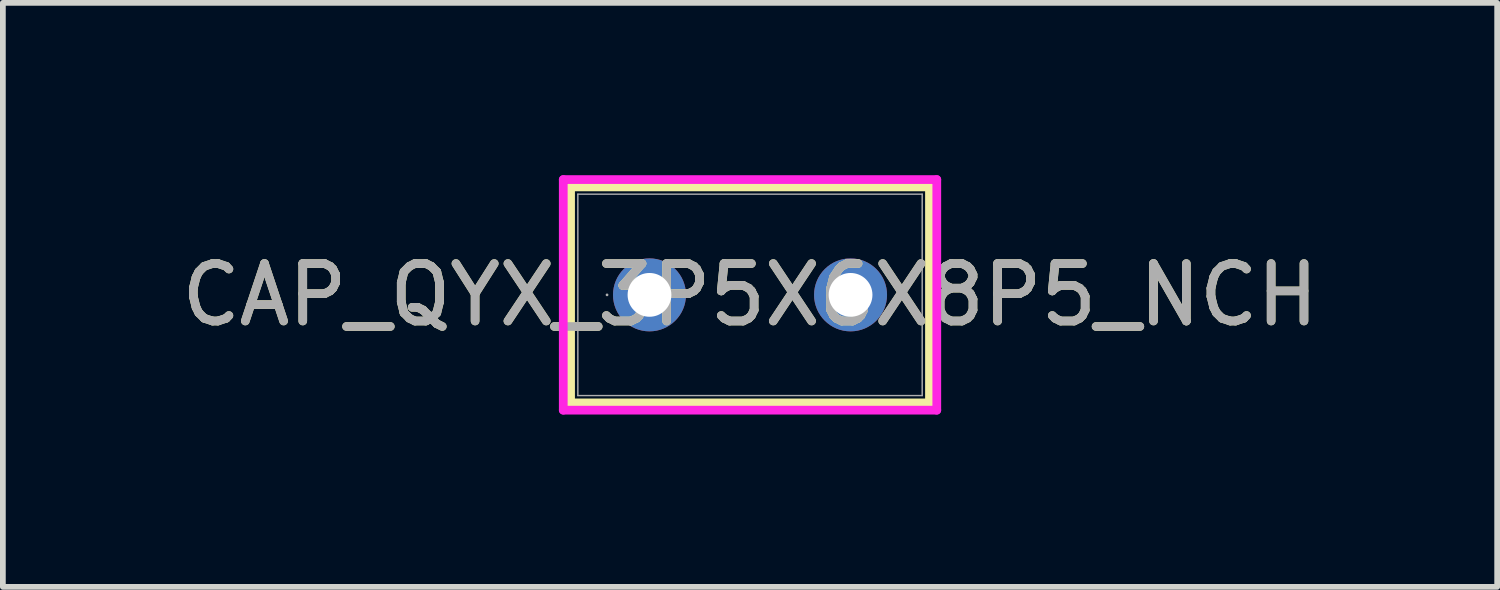
<source format=kicad_pcb>
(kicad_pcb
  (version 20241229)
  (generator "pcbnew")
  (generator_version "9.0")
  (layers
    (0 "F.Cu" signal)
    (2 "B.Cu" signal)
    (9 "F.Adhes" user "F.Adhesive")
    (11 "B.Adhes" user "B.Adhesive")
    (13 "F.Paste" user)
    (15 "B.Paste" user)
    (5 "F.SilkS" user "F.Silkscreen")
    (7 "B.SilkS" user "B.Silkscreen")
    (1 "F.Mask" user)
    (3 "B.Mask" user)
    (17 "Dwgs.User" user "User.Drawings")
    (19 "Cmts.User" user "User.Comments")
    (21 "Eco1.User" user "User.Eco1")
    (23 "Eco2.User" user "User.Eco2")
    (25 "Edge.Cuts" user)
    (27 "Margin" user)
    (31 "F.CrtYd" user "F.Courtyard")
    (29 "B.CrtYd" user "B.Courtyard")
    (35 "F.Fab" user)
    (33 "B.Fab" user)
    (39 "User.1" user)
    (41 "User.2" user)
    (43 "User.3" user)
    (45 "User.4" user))
  (footprint "CAP_QYX_3P5X6X8P5_NCH"
    (layer "F.Cu")
    (at 8.256 2.083)
    (property "Reference" "CAP_QYX_3P5X6X8P5_NCH" (at 1.75 0 0) (unlocked yes) (layer "F.SilkS") (effects (font (size 1 1) (thickness 0.15))))
    (attr through_hole)
    (fp_line (start -1.374 -1.88) (end -1.374 1.88) (stroke (width 0.152) (type solid)) (layer "F.SilkS"))
    (fp_line (start 4.874 -1.88) (end -1.374 -1.88) (stroke (width 0.152) (type solid)) (layer "F.SilkS"))
    (fp_line (start 4.874 -1.88) (end 4.874 1.88) (stroke (width 0.152) (type solid)) (layer "F.SilkS"))
    (fp_line (start 4.874 1.88) (end -1.374 1.88) (stroke (width 0.152) (type solid)) (layer "F.SilkS"))
    (fp_line (start -1.501 -2.007) (end 5.001 -2.007) (stroke (width 0.152) (type solid)) (layer "F.CrtYd"))
    (fp_line (start -1.501 2.007) (end -1.501 -2.007) (stroke (width 0.152) (type solid)) (layer "F.CrtYd"))
    (fp_line (start 5.001 -2.007) (end 5.001 2.007) (stroke (width 0.152) (type solid)) (layer "F.CrtYd"))
    (fp_line (start 5.001 2.007) (end -1.501 2.007) (stroke (width 0.152) (type solid)) (layer "F.CrtYd"))
    (fp_line (start -1.247 -1.753) (end -1.247 1.753) (stroke (width 0.025) (type solid)) (layer "F.Fab"))
    (fp_line (start 4.747 -1.753) (end -1.247 -1.753) (stroke (width 0.025) (type solid)) (layer "F.Fab"))
    (fp_line (start 4.747 -1.753) (end 4.747 1.753) (stroke (width 0.025) (type solid)) (layer "F.Fab"))
    (fp_line (start 4.747 1.753) (end -1.247 1.753) (stroke (width 0.025) (type solid)) (layer "F.Fab"))
    (fp_circle (center -0.739 0) (end -0.739 0) (stroke (width 0.025) (type solid)) (fill no) (layer "F.Fab"))
    (fp_text user "${REFERENCE}" (at 1.75 0 0) (unlocked yes) (layer "F.Fab") (effects (font (size 1 1) (thickness 0.15))))
    (pad "1" thru_hole circle (at 0 0) (size 1.27 1.27) (drill 0.762) (layers "*.Cu" "*.Mask"))
    (pad "2" thru_hole circle (at 3.5 0) (size 1.27 1.27) (drill 0.762) (layers "*.Cu" "*.Mask")))
  (gr_rect
    (start -3 -3)
    (end 23.012 7.166)
    (stroke (width 0.1) (type default))
    (fill no)
    (layer "Edge.Cuts")))
</source>
